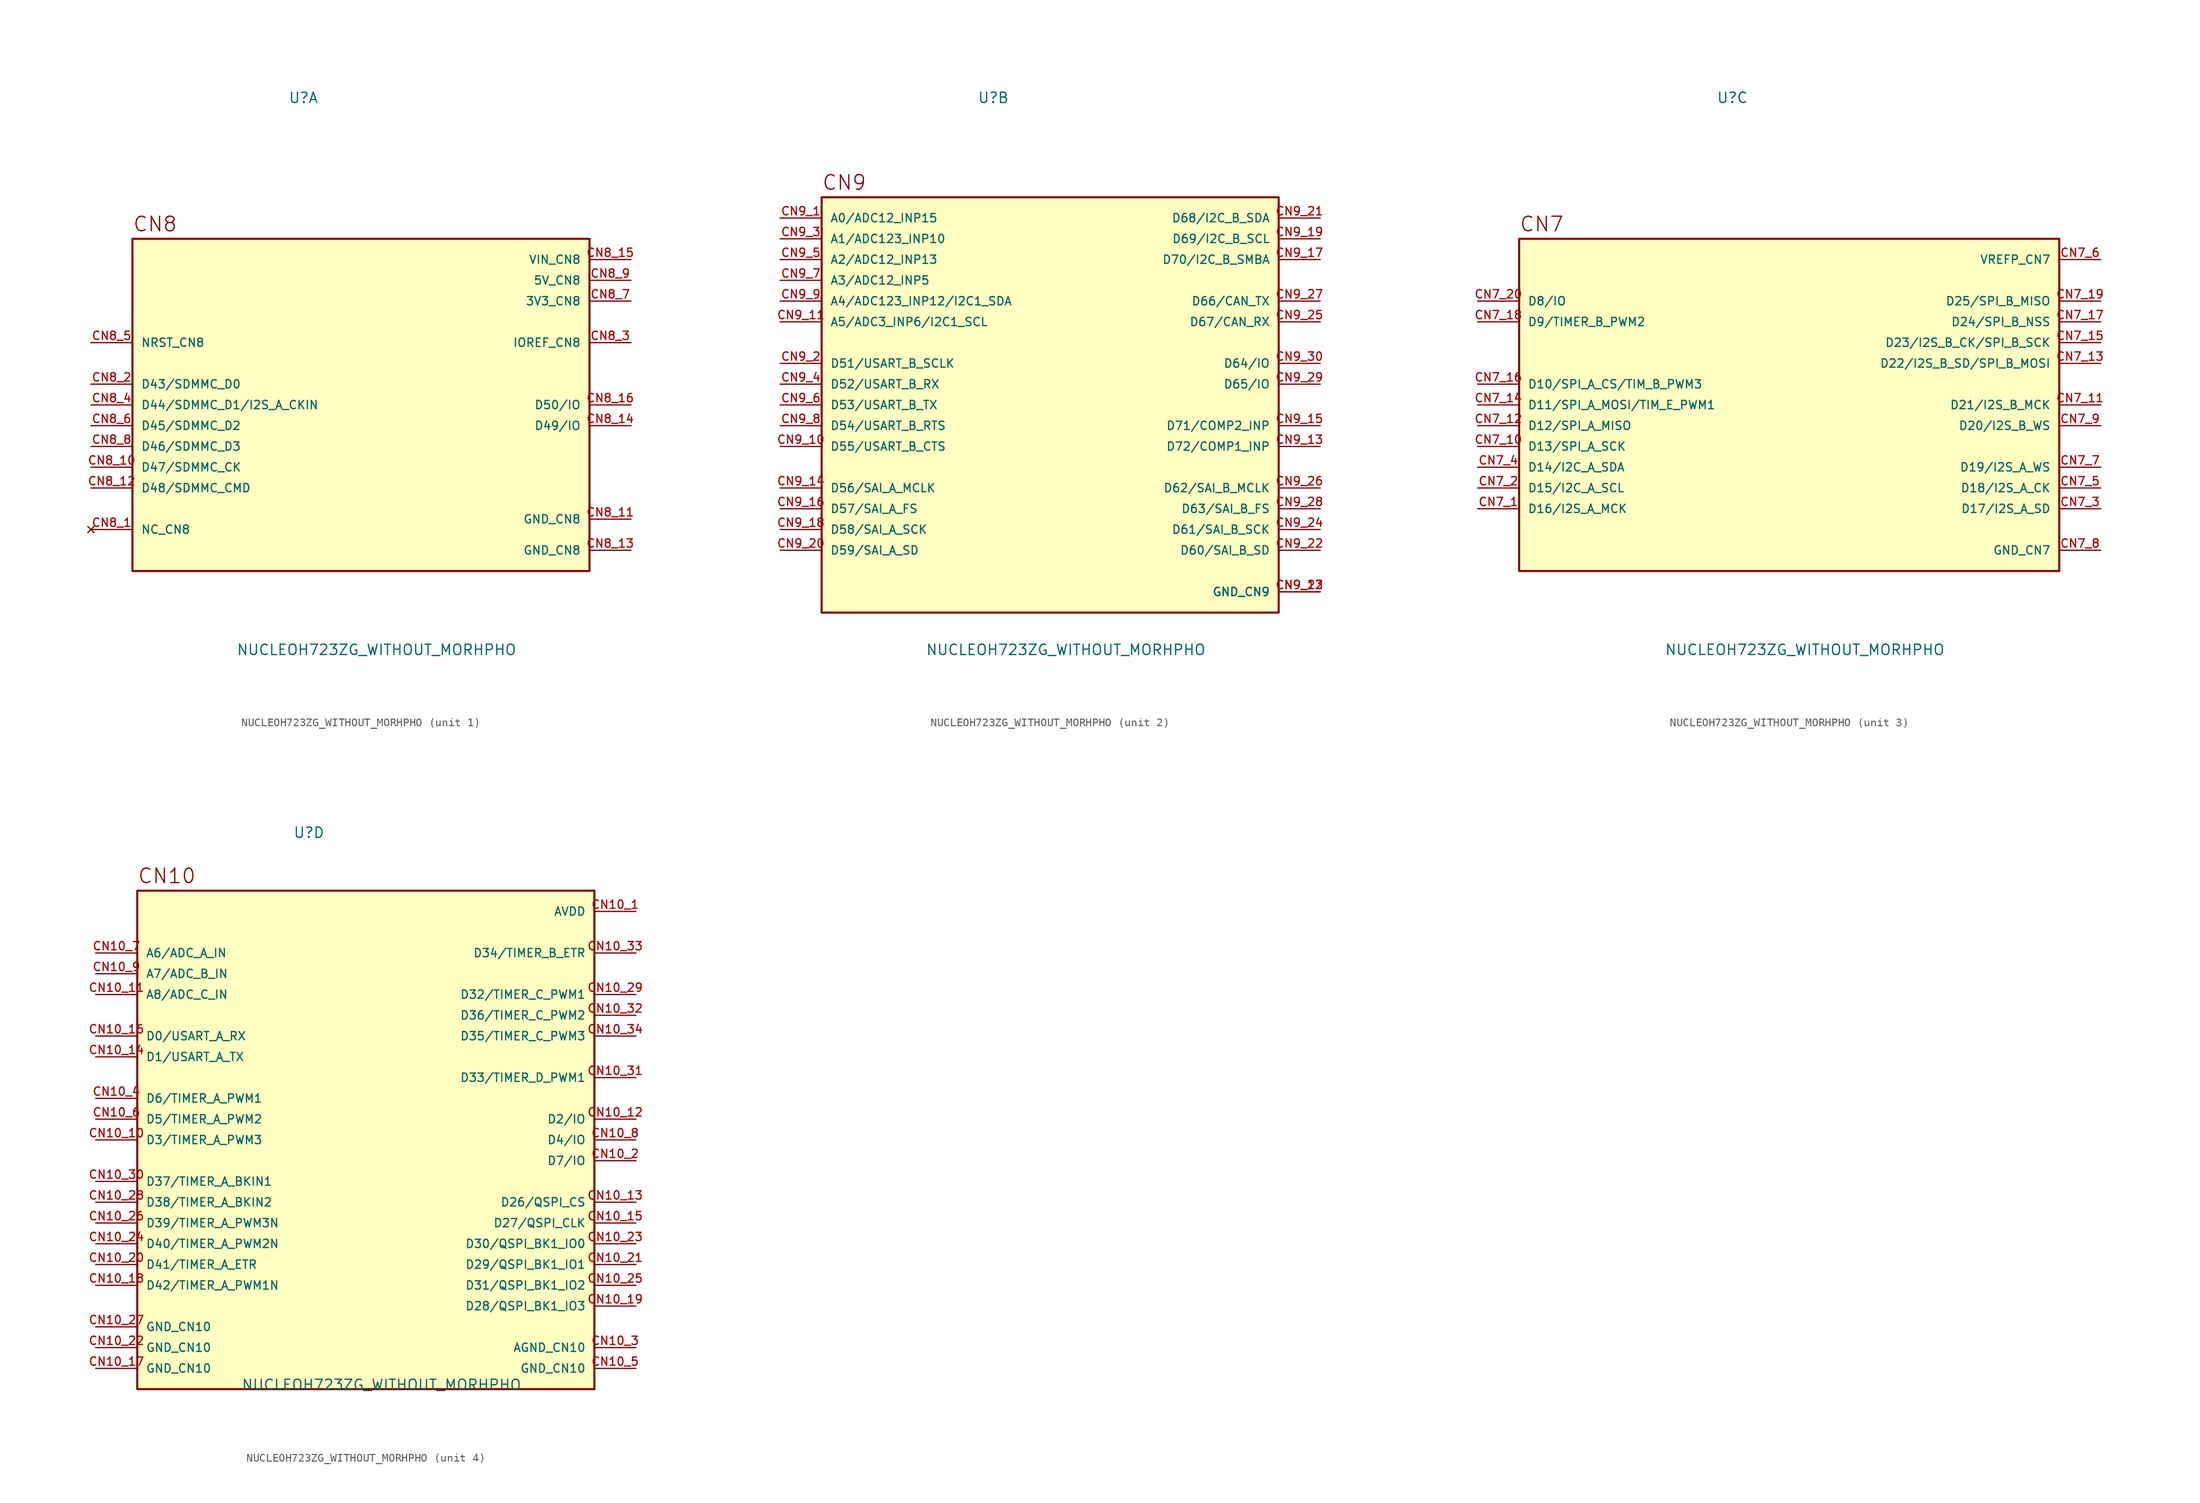
<source format=kicad_sym>
(kicad_symbol_lib
  (version 20231120)
  (generator "kicad_symbol_editor")
  (generator_version "8.0")
  (symbol "NUCLEOH723ZG_WITHOUT_MORHPHO"
    (pin_names
      (offset 1.016))
    (property "Reference" "U"
      (at -8.89 36.83 0)
      (effects (font (size 1.27 1.27)) (justify left bottom)))
    (property "Value" "NUCLEOH723ZG_WITHOUT_MORHPHO"
      (at -15.24 -29.21 0)
      (effects (font (size 1.27 1.27)) (justify left top)))
    (symbol "NUCLEOH723ZG_WITHOUT_MORHPHO_1_0"
      (unit_name "CN8")
      (rectangle (start -27.94 -20.32) (end 27.94 20.32) (stroke (width 0.254) (type default)) (fill (type background)))
      (text "CN8" (at -27.94 21.082 0) (effects (font (size 1.778 1.778)) (justify left bottom)))
      (pin no_connect line (at -33.02 -15.24 0) (length 5.08) (name "NC_CN8" (effects (font (size 1.016 1.016)))) (number "CN8_1" (effects (font (size 1.016 1.016)))))
      (pin bidirectional line (at -33.02 -7.62 0) (length 5.08) (name "D47/SDMMC_CK" (effects (font (size 1.016 1.016)))) (number "CN8_10" (effects (font (size 1.016 1.016)))))
      (pin power_in line (at 33.02 -13.97 180) (length 5.08) (name "GND_CN8" (effects (font (size 1.016 1.016)))) (number "CN8_11" (effects (font (size 1.016 1.016)))))
      (pin bidirectional line (at -33.02 -10.16 0) (length 5.08) (name "D48/SDMMC_CMD" (effects (font (size 1.016 1.016)))) (number "CN8_12" (effects (font (size 1.016 1.016)))))
      (pin power_in line (at 33.02 -17.78 180) (length 5.08) (name "GND_CN8" (effects (font (size 1.016 1.016)))) (number "CN8_13" (effects (font (size 1.016 1.016)))))
      (pin bidirectional line (at 33.02 -2.54 180) (length 5.08) (name "D49/IO" (effects (font (size 1.016 1.016)))) (number "CN8_14" (effects (font (size 1.016 1.016)))))
      (pin power_in line (at 33.02 17.78 180) (length 5.08) (name "VIN_CN8" (effects (font (size 1.016 1.016)))) (number "CN8_15" (effects (font (size 1.016 1.016)))))
      (pin bidirectional line (at 33.02 0 180) (length 5.08) (name "D50/IO" (effects (font (size 1.016 1.016)))) (number "CN8_16" (effects (font (size 1.016 1.016)))))
      (pin bidirectional line (at -33.02 2.54 0) (length 5.08) (name "D43/SDMMC_D0" (effects (font (size 1.016 1.016)))) (number "CN8_2" (effects (font (size 1.016 1.016)))))
      (pin bidirectional line (at 33.02 7.62 180) (length 5.08) (name "IOREF_CN8" (effects (font (size 1.016 1.016)))) (number "CN8_3" (effects (font (size 1.016 1.016)))))
      (pin bidirectional line (at -33.02 0 0) (length 5.08) (name "D44/SDMMC_D1/I2S_A_CKIN" (effects (font (size 1.016 1.016)))) (number "CN8_4" (effects (font (size 1.016 1.016)))))
      (pin input line (at -33.02 7.62 0) (length 5.08) (name "NRST_CN8" (effects (font (size 1.016 1.016)))) (number "CN8_5" (effects (font (size 1.016 1.016)))))
      (pin bidirectional line (at -33.02 -2.54 0) (length 5.08) (name "D45/SDMMC_D2" (effects (font (size 1.016 1.016)))) (number "CN8_6" (effects (font (size 1.016 1.016)))))
      (pin power_in line (at 33.02 12.7 180) (length 5.08) (name "3V3_CN8" (effects (font (size 1.016 1.016)))) (number "CN8_7" (effects (font (size 1.016 1.016)))))
      (pin bidirectional line (at -33.02 -5.08 0) (length 5.08) (name "D46/SDMMC_D3" (effects (font (size 1.016 1.016)))) (number "CN8_8" (effects (font (size 1.016 1.016)))))
      (pin power_in line (at 33.02 15.24 180) (length 5.08) (name "5V_CN8" (effects (font (size 1.016 1.016)))) (number "CN8_9" (effects (font (size 1.016 1.016))))))
    (symbol "NUCLEOH723ZG_WITHOUT_MORHPHO_2_0"
      (unit_name "CN9")
      (rectangle (start -27.94 -25.4) (end 27.94 25.4) (stroke (width 0.254) (type default)) (fill (type background)))
      (text "CN9" (at -27.94 26.162 0) (effects (font (size 1.778 1.778)) (justify left bottom)))
      (pin input line (at -33.02 22.86 0) (length 5.08) (name "A0/ADC12_INP15" (effects (font (size 1.016 1.016)))) (number "CN9_1" (effects (font (size 1.016 1.016)))))
      (pin bidirectional line (at -33.02 -5.08 0) (length 5.08) (name "D55/USART_B_CTS" (effects (font (size 1.016 1.016)))) (number "CN9_10" (effects (font (size 1.016 1.016)))))
      (pin input line (at -33.02 10.16 0) (length 5.08) (name "A5/ADC3_INP6/I2C1_SCL" (effects (font (size 1.016 1.016)))) (number "CN9_11" (effects (font (size 1.016 1.016)))))
      (pin power_in line (at 33.02 -22.86 180) (length 5.08) (name "GND_CN9" (effects (font (size 1.016 1.016)))) (number "CN9_12" (effects (font (size 1.016 1.016)))))
      (pin bidirectional line (at 33.02 -5.08 180) (length 5.08) (name "D72/COMP1_INP" (effects (font (size 1.016 1.016)))) (number "CN9_13" (effects (font (size 1.016 1.016)))))
      (pin bidirectional line (at -33.02 -10.16 0) (length 5.08) (name "D56/SAI_A_MCLK" (effects (font (size 1.016 1.016)))) (number "CN9_14" (effects (font (size 1.016 1.016)))))
      (pin bidirectional line (at 33.02 -2.54 180) (length 5.08) (name "D71/COMP2_INP" (effects (font (size 1.016 1.016)))) (number "CN9_15" (effects (font (size 1.016 1.016)))))
      (pin bidirectional line (at -33.02 -12.7 0) (length 5.08) (name "D57/SAI_A_FS" (effects (font (size 1.016 1.016)))) (number "CN9_16" (effects (font (size 1.016 1.016)))))
      (pin bidirectional line (at 33.02 17.78 180) (length 5.08) (name "D70/I2C_B_SMBA" (effects (font (size 1.016 1.016)))) (number "CN9_17" (effects (font (size 1.016 1.016)))))
      (pin bidirectional line (at -33.02 -15.24 0) (length 5.08) (name "D58/SAI_A_SCK" (effects (font (size 1.016 1.016)))) (number "CN9_18" (effects (font (size 1.016 1.016)))))
      (pin bidirectional line (at 33.02 20.32 180) (length 5.08) (name "D69/I2C_B_SCL" (effects (font (size 1.016 1.016)))) (number "CN9_19" (effects (font (size 1.016 1.016)))))
      (pin bidirectional line (at -33.02 5.08 0) (length 5.08) (name "D51/USART_B_SCLK" (effects (font (size 1.016 1.016)))) (number "CN9_2" (effects (font (size 1.016 1.016)))))
      (pin bidirectional line (at -33.02 -17.78 0) (length 5.08) (name "D59/SAI_A_SD" (effects (font (size 1.016 1.016)))) (number "CN9_20" (effects (font (size 1.016 1.016)))))
      (pin bidirectional line (at 33.02 22.86 180) (length 5.08) (name "D68/I2C_B_SDA" (effects (font (size 1.016 1.016)))) (number "CN9_21" (effects (font (size 1.016 1.016)))))
      (pin bidirectional line (at 33.02 -17.78 180) (length 5.08) (name "D60/SAI_B_SD" (effects (font (size 1.016 1.016)))) (number "CN9_22" (effects (font (size 1.016 1.016)))))
      (pin power_in line (at 33.02 -22.86 180) (length 5.08) (name "GND_CN9" (effects (font (size 1.016 1.016)))) (number "CN9_23" (effects (font (size 1.016 1.016)))))
      (pin bidirectional line (at 33.02 -15.24 180) (length 5.08) (name "D61/SAI_B_SCK" (effects (font (size 1.016 1.016)))) (number "CN9_24" (effects (font (size 1.016 1.016)))))
      (pin input line (at 33.02 10.16 180) (length 5.08) (name "D67/CAN_RX" (effects (font (size 1.016 1.016)))) (number "CN9_25" (effects (font (size 1.016 1.016)))))
      (pin bidirectional line (at 33.02 -10.16 180) (length 5.08) (name "D62/SAI_B_MCLK" (effects (font (size 1.016 1.016)))) (number "CN9_26" (effects (font (size 1.016 1.016)))))
      (pin output line (at 33.02 12.7 180) (length 5.08) (name "D66/CAN_TX" (effects (font (size 1.016 1.016)))) (number "CN9_27" (effects (font (size 1.016 1.016)))))
      (pin bidirectional line (at 33.02 -12.7 180) (length 5.08) (name "D63/SAI_B_FS" (effects (font (size 1.016 1.016)))) (number "CN9_28" (effects (font (size 1.016 1.016)))))
      (pin bidirectional line (at 33.02 2.54 180) (length 5.08) (name "D65/IO" (effects (font (size 1.016 1.016)))) (number "CN9_29" (effects (font (size 1.016 1.016)))))
      (pin input line (at -33.02 20.32 0) (length 5.08) (name "A1/ADC123_INP10" (effects (font (size 1.016 1.016)))) (number "CN9_3" (effects (font (size 1.016 1.016)))))
      (pin bidirectional line (at 33.02 5.08 180) (length 5.08) (name "D64/IO" (effects (font (size 1.016 1.016)))) (number "CN9_30" (effects (font (size 1.016 1.016)))))
      (pin bidirectional line (at -33.02 2.54 0) (length 5.08) (name "D52/USART_B_RX" (effects (font (size 1.016 1.016)))) (number "CN9_4" (effects (font (size 1.016 1.016)))))
      (pin input line (at -33.02 17.78 0) (length 5.08) (name "A2/ADC12_INP13" (effects (font (size 1.016 1.016)))) (number "CN9_5" (effects (font (size 1.016 1.016)))))
      (pin bidirectional line (at -33.02 0 0) (length 5.08) (name "D53/USART_B_TX" (effects (font (size 1.016 1.016)))) (number "CN9_6" (effects (font (size 1.016 1.016)))))
      (pin input line (at -33.02 15.24 0) (length 5.08) (name "A3/ADC12_INP5" (effects (font (size 1.016 1.016)))) (number "CN9_7" (effects (font (size 1.016 1.016)))))
      (pin bidirectional line (at -33.02 -2.54 0) (length 5.08) (name "D54/USART_B_RTS" (effects (font (size 1.016 1.016)))) (number "CN9_8" (effects (font (size 1.016 1.016)))))
      (pin input line (at -33.02 12.7 0) (length 5.08) (name "A4/ADC123_INP12/I2C1_SDA" (effects (font (size 1.016 1.016)))) (number "CN9_9" (effects (font (size 1.016 1.016))))))
    (symbol "NUCLEOH723ZG_WITHOUT_MORHPHO_3_0"
      (unit_name "CN7")
      (rectangle (start -33.02 -20.32) (end 33.02 20.32) (stroke (width 0.254) (type default)) (fill (type background)))
      (text "CN7" (at -33.02 21.082 0) (effects (font (size 1.778 1.778)) (justify left bottom)))
      (pin bidirectional line (at -38.1 -12.7 0) (length 5.08) (name "D16/I2S_A_MCK" (effects (font (size 1.016 1.016)))) (number "CN7_1" (effects (font (size 1.016 1.016)))))
      (pin bidirectional line (at -38.1 -5.08 0) (length 5.08) (name "D13/SPI_A_SCK" (effects (font (size 1.016 1.016)))) (number "CN7_10" (effects (font (size 1.016 1.016)))))
      (pin bidirectional line (at 38.1 0 180) (length 5.08) (name "D21/I2S_B_MCK" (effects (font (size 1.016 1.016)))) (number "CN7_11" (effects (font (size 1.016 1.016)))))
      (pin bidirectional line (at -38.1 -2.54 0) (length 5.08) (name "D12/SPI_A_MISO" (effects (font (size 1.016 1.016)))) (number "CN7_12" (effects (font (size 1.016 1.016)))))
      (pin bidirectional line (at 38.1 5.08 180) (length 5.08) (name "D22/I2S_B_SD/SPI_B_MOSI" (effects (font (size 1.016 1.016)))) (number "CN7_13" (effects (font (size 1.016 1.016)))))
      (pin bidirectional line (at -38.1 0 0) (length 5.08) (name "D11/SPI_A_MOSI/TIM_E_PWM1" (effects (font (size 1.016 1.016)))) (number "CN7_14" (effects (font (size 1.016 1.016)))))
      (pin bidirectional line (at 38.1 7.62 180) (length 5.08) (name "D23/I2S_B_CK/SPI_B_SCK" (effects (font (size 1.016 1.016)))) (number "CN7_15" (effects (font (size 1.016 1.016)))))
      (pin bidirectional line (at -38.1 2.54 0) (length 5.08) (name "D10/SPI_A_CS/TIM_B_PWM3" (effects (font (size 1.016 1.016)))) (number "CN7_16" (effects (font (size 1.016 1.016)))))
      (pin bidirectional line (at 38.1 10.16 180) (length 5.08) (name "D24/SPI_B_NSS" (effects (font (size 1.016 1.016)))) (number "CN7_17" (effects (font (size 1.016 1.016)))))
      (pin bidirectional line (at -38.1 10.16 0) (length 5.08) (name "D9/TIMER_B_PWM2" (effects (font (size 1.016 1.016)))) (number "CN7_18" (effects (font (size 1.016 1.016)))))
      (pin bidirectional line (at 38.1 12.7 180) (length 5.08) (name "D25/SPI_B_MISO" (effects (font (size 1.016 1.016)))) (number "CN7_19" (effects (font (size 1.016 1.016)))))
      (pin bidirectional line (at -38.1 -10.16 0) (length 5.08) (name "D15/I2C_A_SCL" (effects (font (size 1.016 1.016)))) (number "CN7_2" (effects (font (size 1.016 1.016)))))
      (pin bidirectional line (at -38.1 12.7 0) (length 5.08) (name "D8/IO" (effects (font (size 1.016 1.016)))) (number "CN7_20" (effects (font (size 1.016 1.016)))))
      (pin bidirectional line (at 38.1 -12.7 180) (length 5.08) (name "D17/I2S_A_SD" (effects (font (size 1.016 1.016)))) (number "CN7_3" (effects (font (size 1.016 1.016)))))
      (pin bidirectional line (at -38.1 -7.62 0) (length 5.08) (name "D14/I2C_A_SDA" (effects (font (size 1.016 1.016)))) (number "CN7_4" (effects (font (size 1.016 1.016)))))
      (pin bidirectional line (at 38.1 -10.16 180) (length 5.08) (name "D18/I2S_A_CK" (effects (font (size 1.016 1.016)))) (number "CN7_5" (effects (font (size 1.016 1.016)))))
      (pin power_in line (at 38.1 17.78 180) (length 5.08) (name "VREFP_CN7" (effects (font (size 1.016 1.016)))) (number "CN7_6" (effects (font (size 1.016 1.016)))))
      (pin bidirectional line (at 38.1 -7.62 180) (length 5.08) (name "D19/I2S_A_WS" (effects (font (size 1.016 1.016)))) (number "CN7_7" (effects (font (size 1.016 1.016)))))
      (pin power_in line (at 38.1 -17.78 180) (length 5.08) (name "GND_CN7" (effects (font (size 1.016 1.016)))) (number "CN7_8" (effects (font (size 1.016 1.016)))))
      (pin bidirectional line (at 38.1 -2.54 180) (length 5.08) (name "D20/I2S_B_WS" (effects (font (size 1.016 1.016)))) (number "CN7_9" (effects (font (size 1.016 1.016))))))
    (symbol "NUCLEOH723ZG_WITHOUT_MORHPHO_4_0"
      (unit_name "CN10")
      (rectangle (start -27.94 -30.48) (end 27.94 30.48) (stroke (width 0.254) (type default)) (fill (type background)))
      (text "CN10" (at -27.94 31.242 0) (effects (font (size 1.778 1.778)) (justify left bottom)))
      (pin power_in line (at 33.02 27.94 180) (length 5.08) (name "AVDD" (effects (font (size 1.016 1.016)))) (number "CN10_1" (effects (font (size 1.016 1.016)))))
      (pin bidirectional line (at -33.02 0 0) (length 5.08) (name "D3/TIMER_A_PWM3" (effects (font (size 1.016 1.016)))) (number "CN10_10" (effects (font (size 1.016 1.016)))))
      (pin input line (at -33.02 17.78 0) (length 5.08) (name "A8/ADC_C_IN" (effects (font (size 1.016 1.016)))) (number "CN10_11" (effects (font (size 1.016 1.016)))))
      (pin bidirectional line (at 33.02 2.54 180) (length 5.08) (name "D2/IO" (effects (font (size 1.016 1.016)))) (number "CN10_12" (effects (font (size 1.016 1.016)))))
      (pin bidirectional line (at 33.02 -7.62 180) (length 5.08) (name "D26/QSPI_CS" (effects (font (size 1.016 1.016)))) (number "CN10_13" (effects (font (size 1.016 1.016)))))
      (pin output line (at -33.02 10.16 0) (length 5.08) (name "D1/USART_A_TX" (effects (font (size 1.016 1.016)))) (number "CN10_14" (effects (font (size 1.016 1.016)))))
      (pin bidirectional line (at 33.02 -10.16 180) (length 5.08) (name "D27/QSPI_CLK" (effects (font (size 1.016 1.016)))) (number "CN10_15" (effects (font (size 1.016 1.016)))))
      (pin input line (at -33.02 12.7 0) (length 5.08) (name "D0/USART_A_RX" (effects (font (size 1.016 1.016)))) (number "CN10_16" (effects (font (size 1.016 1.016)))))
      (pin power_in line (at -33.02 -27.94 0) (length 5.08) (name "GND_CN10" (effects (font (size 1.016 1.016)))) (number "CN10_17" (effects (font (size 1.016 1.016)))))
      (pin bidirectional line (at -33.02 -17.78 0) (length 5.08) (name "D42/TIMER_A_PWM1N" (effects (font (size 1.016 1.016)))) (number "CN10_18" (effects (font (size 1.016 1.016)))))
      (pin bidirectional line (at 33.02 -20.32 180) (length 5.08) (name "D28/QSPI_BK1_IO3" (effects (font (size 1.016 1.016)))) (number "CN10_19" (effects (font (size 1.016 1.016)))))
      (pin bidirectional line (at 33.02 -2.54 180) (length 5.08) (name "D7/IO" (effects (font (size 1.016 1.016)))) (number "CN10_2" (effects (font (size 1.016 1.016)))))
      (pin bidirectional line (at -33.02 -15.24 0) (length 5.08) (name "D41/TIMER_A_ETR" (effects (font (size 1.016 1.016)))) (number "CN10_20" (effects (font (size 1.016 1.016)))))
      (pin bidirectional line (at 33.02 -15.24 180) (length 5.08) (name "D29/QSPI_BK1_IO1" (effects (font (size 1.016 1.016)))) (number "CN10_21" (effects (font (size 1.016 1.016)))))
      (pin power_in line (at -33.02 -25.4 0) (length 5.08) (name "GND_CN10" (effects (font (size 1.016 1.016)))) (number "CN10_22" (effects (font (size 1.016 1.016)))))
      (pin bidirectional line (at 33.02 -12.7 180) (length 5.08) (name "D30/QSPI_BK1_IO0" (effects (font (size 1.016 1.016)))) (number "CN10_23" (effects (font (size 1.016 1.016)))))
      (pin bidirectional line (at -33.02 -12.7 0) (length 5.08) (name "D40/TIMER_A_PWM2N" (effects (font (size 1.016 1.016)))) (number "CN10_24" (effects (font (size 1.016 1.016)))))
      (pin bidirectional line (at 33.02 -17.78 180) (length 5.08) (name "D31/QSPI_BK1_IO2" (effects (font (size 1.016 1.016)))) (number "CN10_25" (effects (font (size 1.016 1.016)))))
      (pin bidirectional line (at -33.02 -10.16 0) (length 5.08) (name "D39/TIMER_A_PWM3N" (effects (font (size 1.016 1.016)))) (number "CN10_26" (effects (font (size 1.016 1.016)))))
      (pin power_in line (at -33.02 -22.86 0) (length 5.08) (name "GND_CN10" (effects (font (size 1.016 1.016)))) (number "CN10_27" (effects (font (size 1.016 1.016)))))
      (pin bidirectional line (at -33.02 -7.62 0) (length 5.08) (name "D38/TIMER_A_BKIN2" (effects (font (size 1.016 1.016)))) (number "CN10_28" (effects (font (size 1.016 1.016)))))
      (pin bidirectional line (at 33.02 17.78 180) (length 5.08) (name "D32/TIMER_C_PWM1" (effects (font (size 1.016 1.016)))) (number "CN10_29" (effects (font (size 1.016 1.016)))))
      (pin power_in line (at 33.02 -25.4 180) (length 5.08) (name "AGND_CN10" (effects (font (size 1.016 1.016)))) (number "CN10_3" (effects (font (size 1.016 1.016)))))
      (pin bidirectional line (at -33.02 -5.08 0) (length 5.08) (name "D37/TIMER_A_BKIN1" (effects (font (size 1.016 1.016)))) (number "CN10_30" (effects (font (size 1.016 1.016)))))
      (pin bidirectional line (at 33.02 7.62 180) (length 5.08) (name "D33/TIMER_D_PWM1" (effects (font (size 1.016 1.016)))) (number "CN10_31" (effects (font (size 1.016 1.016)))))
      (pin bidirectional line (at 33.02 15.24 180) (length 5.08) (name "D36/TIMER_C_PWM2" (effects (font (size 1.016 1.016)))) (number "CN10_32" (effects (font (size 1.016 1.016)))))
      (pin bidirectional line (at 33.02 22.86 180) (length 5.08) (name "D34/TIMER_B_ETR" (effects (font (size 1.016 1.016)))) (number "CN10_33" (effects (font (size 1.016 1.016)))))
      (pin bidirectional line (at 33.02 12.7 180) (length 5.08) (name "D35/TIMER_C_PWM3" (effects (font (size 1.016 1.016)))) (number "CN10_34" (effects (font (size 1.016 1.016)))))
      (pin bidirectional line (at -33.02 5.08 0) (length 5.08) (name "D6/TIMER_A_PWM1" (effects (font (size 1.016 1.016)))) (number "CN10_4" (effects (font (size 1.016 1.016)))))
      (pin power_in line (at 33.02 -27.94 180) (length 5.08) (name "GND_CN10" (effects (font (size 1.016 1.016)))) (number "CN10_5" (effects (font (size 1.016 1.016)))))
      (pin bidirectional line (at -33.02 2.54 0) (length 5.08) (name "D5/TIMER_A_PWM2" (effects (font (size 1.016 1.016)))) (number "CN10_6" (effects (font (size 1.016 1.016)))))
      (pin input line (at -33.02 22.86 0) (length 5.08) (name "A6/ADC_A_IN" (effects (font (size 1.016 1.016)))) (number "CN10_7" (effects (font (size 1.016 1.016)))))
      (pin bidirectional line (at 33.02 0 180) (length 5.08) (name "D4/IO" (effects (font (size 1.016 1.016)))) (number "CN10_8" (effects (font (size 1.016 1.016)))))
      (pin input line (at -33.02 20.32 0) (length 5.08) (name "A7/ADC_B_IN" (effects (font (size 1.016 1.016)))) (number "CN10_9" (effects (font (size 1.016 1.016))))))))
</source>
